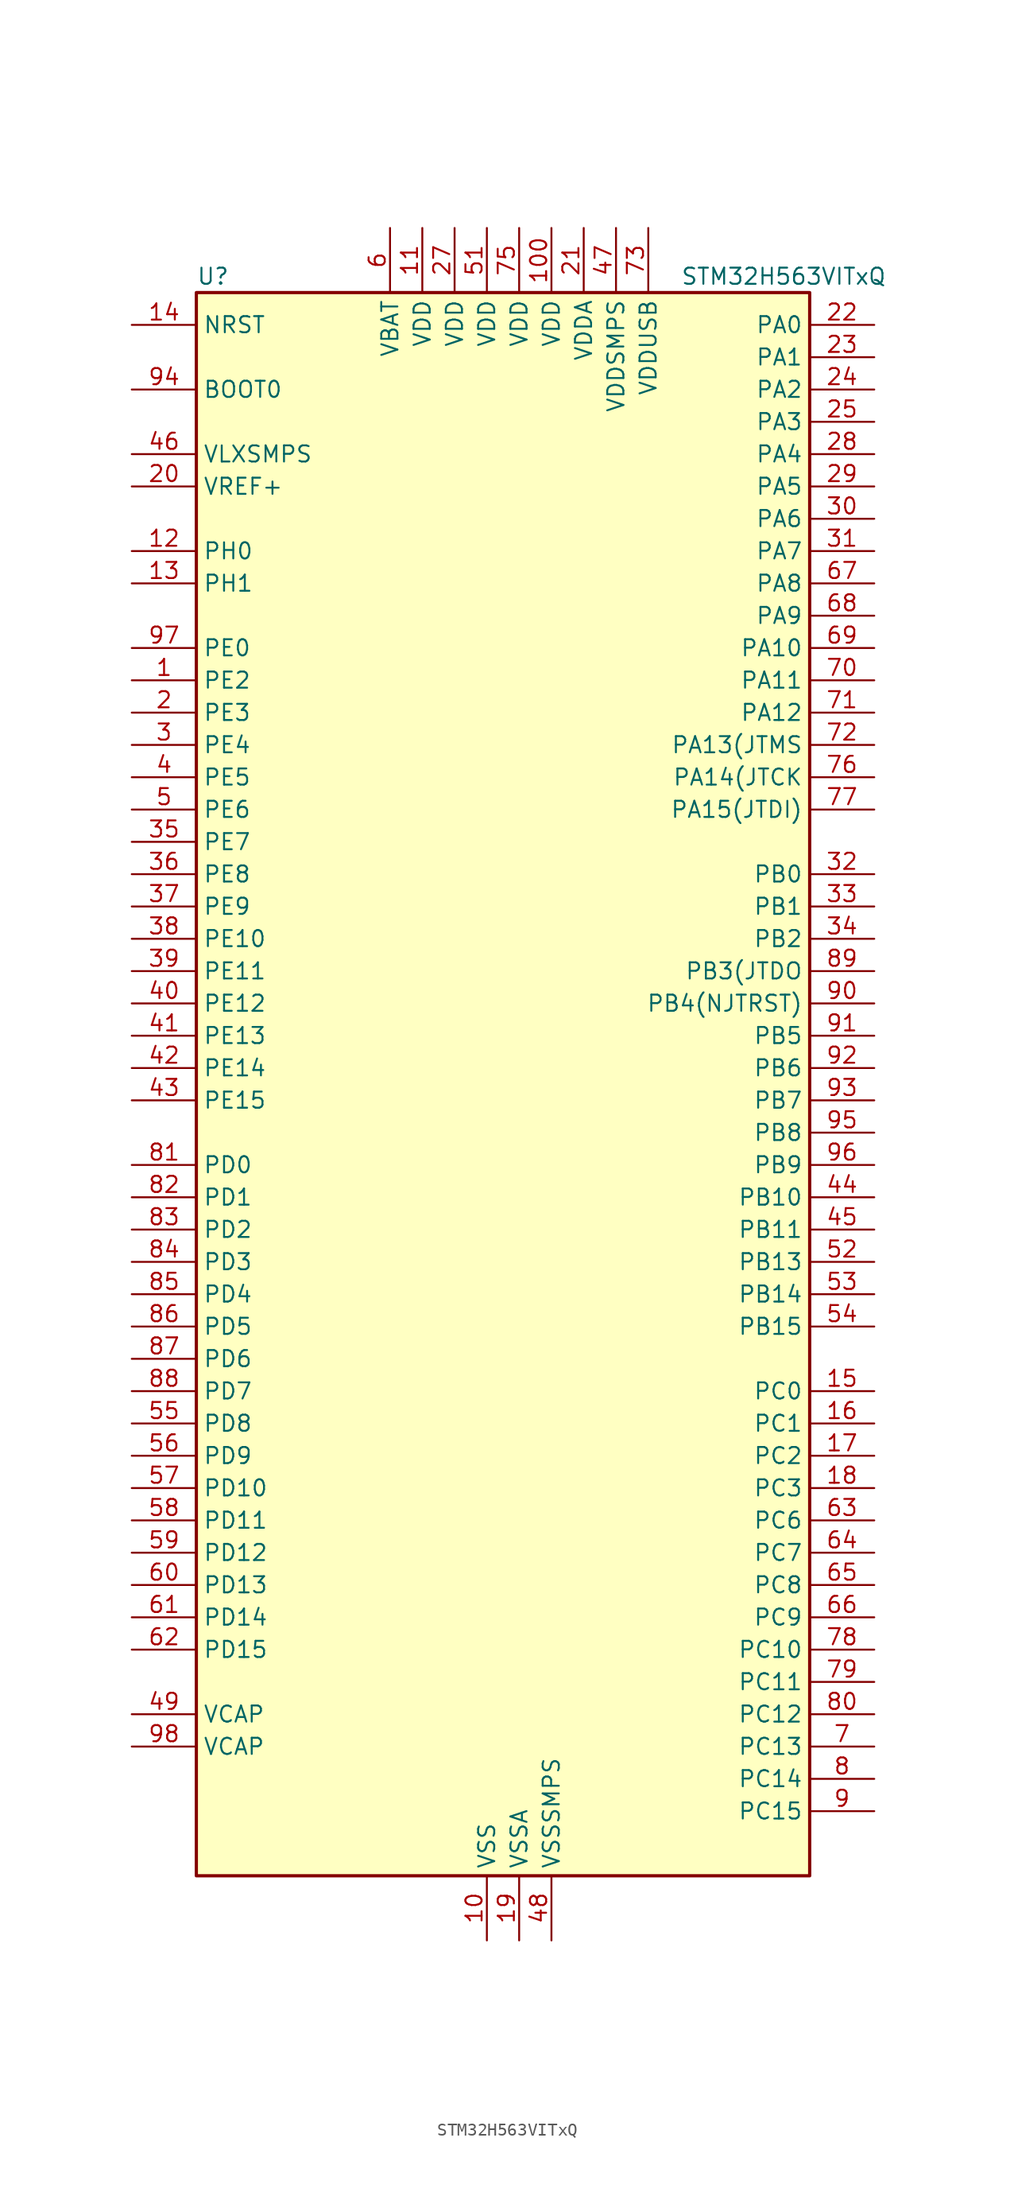
<source format=kicad_sym>
(kicad_symbol_lib
  (version 20231120)
  (generator "kicad-library-utils")
  (generator_version "8.0")
  (symbol "STM32H563VITxQ"
    (property "Reference" "U"
      (at -22.86 64.77 0)
      (effects (font (size 1.27 1.27)) (justify left)))
    (property "Value" "STM32H563VITxQ"
      (at 15.24 64.77 0)
      (effects (font (size 1.27 1.27)) (justify left)))
    (symbol "STM32H563VITxQ_0_1"
      (rectangle (start -22.86 -60.96) (end 25.4 63.5) (stroke (width 0.254) (type default)) (fill (type background))))
    (symbol "STM32H563VITxQ_1_1"
      (pin bidirectional line (at -27.94 33.02 0) (length 5.08) (name "PE2" (effects (font (size 1.27 1.27)))) (number "1" (effects (font (size 1.27 1.27)))) (alternate "DCMI_D3" bidirectional line) (alternate "DEBUG_TRACECLK" bidirectional line) (alternate "ETH_TXD3" bidirectional line) (alternate "FMC_A23" bidirectional line) (alternate "LPTIM1_IN2" bidirectional line) (alternate "OCTOSPI1_IO2" bidirectional line) (alternate "PSSI_D3" bidirectional line) (alternate "SAI1_CK1" bidirectional line) (alternate "SAI1_MCLK_A" bidirectional line) (alternate "SPI4_SCK" bidirectional line) (alternate "UART8_TX" bidirectional line) (alternate "USART10_RX" bidirectional line))
      (pin power_in line (at 0 -66.04 90) (length 5.08) (name "VSS" (effects (font (size 1.27 1.27)))) (number "10" (effects (font (size 1.27 1.27)))))
      (pin power_in line (at 5.08 68.58 270) (length 5.08) (name "VDD" (effects (font (size 1.27 1.27)))) (number "100" (effects (font (size 1.27 1.27)))))
      (pin power_in line (at -5.08 68.58 270) (length 5.08) (name "VDD" (effects (font (size 1.27 1.27)))) (number "11" (effects (font (size 1.27 1.27)))))
      (pin bidirectional line (at -27.94 43.18 0) (length 5.08) (name "PH0" (effects (font (size 1.27 1.27)))) (number "12" (effects (font (size 1.27 1.27)))) (alternate "RCC_OSC_IN" bidirectional line))
      (pin bidirectional line (at -27.94 40.64 0) (length 5.08) (name "PH1" (effects (font (size 1.27 1.27)))) (number "13" (effects (font (size 1.27 1.27)))) (alternate "RCC_OSC_OUT" bidirectional line))
      (pin input line (at -27.94 60.96 0) (length 5.08) (name "NRST" (effects (font (size 1.27 1.27)))) (number "14" (effects (font (size 1.27 1.27)))))
      (pin bidirectional line (at 30.48 -22.86 180) (length 5.08) (name "PC0" (effects (font (size 1.27 1.27)))) (number "15" (effects (font (size 1.27 1.27)))) (alternate "ADC1_INP10" bidirectional line) (alternate "ADC2_INP10" bidirectional line) (alternate "FMC_A25" bidirectional line) (alternate "FMC_SDNWE" bidirectional line) (alternate "OCTOSPI1_IO7" bidirectional line) (alternate "SAI1_MCLK_A" bidirectional line) (alternate "SAI2_FS_B" bidirectional line) (alternate "SPI2_RDY" bidirectional line) (alternate "TIM16_BKIN" bidirectional line))
      (pin bidirectional line (at 30.48 -25.4 180) (length 5.08) (name "PC1" (effects (font (size 1.27 1.27)))) (number "16" (effects (font (size 1.27 1.27)))) (alternate "ADC1_INN10" bidirectional line) (alternate "ADC1_INP11" bidirectional line) (alternate "ADC2_INN10" bidirectional line) (alternate "ADC2_INP11" bidirectional line) (alternate "DEBUG_TRACED0" bidirectional line) (alternate "ETH_MDC" bidirectional line) (alternate "I2S2_SDO" bidirectional line) (alternate "OCTOSPI1_IO4" bidirectional line) (alternate "PWR_WKUP6" bidirectional line) (alternate "SAI1_D1" bidirectional line) (alternate "SAI1_SD_A" bidirectional line) (alternate "SAI2_SD_A" bidirectional line) (alternate "SPI2_MOSI" bidirectional line) (alternate "TAMP_IN3" bidirectional line) (alternate "TAMP_OUT5" bidirectional line) (alternate "USART11_RTS" bidirectional line))
      (pin bidirectional line (at 30.48 -27.94 180) (length 5.08) (name "PC2" (effects (font (size 1.27 1.27)))) (number "17" (effects (font (size 1.27 1.27)))) (alternate "ADC1_INN11" bidirectional line) (alternate "ADC1_INP12" bidirectional line) (alternate "ADC2_INN11" bidirectional line) (alternate "ADC2_INP12" bidirectional line) (alternate "ETH_TXD2" bidirectional line) (alternate "FMC_SDNE0" bidirectional line) (alternate "I2S2_SDI" bidirectional line) (alternate "OCTOSPI1_IO2" bidirectional line) (alternate "OCTOSPI1_IO5" bidirectional line) (alternate "PWR_CSLEEP" bidirectional line) (alternate "SPI2_MISO" bidirectional line) (alternate "TIM17_CH1" bidirectional line) (alternate "TIM4_CH4" bidirectional line))
      (pin bidirectional line (at 30.48 -30.48 180) (length 5.08) (name "PC3" (effects (font (size 1.27 1.27)))) (number "18" (effects (font (size 1.27 1.27)))) (alternate "ADC1_INN12" bidirectional line) (alternate "ADC1_INP13" bidirectional line) (alternate "ADC2_INN12" bidirectional line) (alternate "ADC2_INP13" bidirectional line) (alternate "ETH_TX_CLK" bidirectional line) (alternate "FMC_SDCKE0" bidirectional line) (alternate "I2S2_SDO" bidirectional line) (alternate "LPTIM3_CH1" bidirectional line) (alternate "OCTOSPI1_IO0" bidirectional line) (alternate "OCTOSPI1_IO6" bidirectional line) (alternate "PWR_CSTOP" bidirectional line) (alternate "SAI1_D3" bidirectional line) (alternate "SPI2_MOSI" bidirectional line))
      (pin power_in line (at 2.54 -66.04 90) (length 5.08) (name "VSSA" (effects (font (size 1.27 1.27)))) (number "19" (effects (font (size 1.27 1.27)))))
      (pin bidirectional line (at -27.94 30.48 0) (length 5.08) (name "PE3" (effects (font (size 1.27 1.27)))) (number "2" (effects (font (size 1.27 1.27)))) (alternate "DEBUG_TRACED0" bidirectional line) (alternate "FMC_A19" bidirectional line) (alternate "SAI1_SD_B" bidirectional line) (alternate "TAMP_IN6" bidirectional line) (alternate "TAMP_OUT3" bidirectional line) (alternate "TIM15_BKIN" bidirectional line) (alternate "USART10_TX" bidirectional line))
      (pin input line (at -27.94 48.26 0) (length 5.08) (name "VREF+" (effects (font (size 1.27 1.27)))) (number "20" (effects (font (size 1.27 1.27)))))
      (pin power_in line (at 7.62 68.58 270) (length 5.08) (name "VDDA" (effects (font (size 1.27 1.27)))) (number "21" (effects (font (size 1.27 1.27)))))
      (pin bidirectional line (at 30.48 60.96 180) (length 5.08) (name "PA0" (effects (font (size 1.27 1.27)))) (number "22" (effects (font (size 1.27 1.27)))) (alternate "ADC1_INN1" bidirectional line) (alternate "ADC1_INP0" bidirectional line) (alternate "ADC2_INN1" bidirectional line) (alternate "ADC2_INP0" bidirectional line) (alternate "ETH_CRS" bidirectional line) (alternate "PWR_WKUP1" bidirectional line) (alternate "SAI2_SD_B" bidirectional line) (alternate "SPI3_RDY" bidirectional line) (alternate "SPI6_NSS" bidirectional line) (alternate "TAMP_IN2" bidirectional line) (alternate "TAMP_OUT1" bidirectional line) (alternate "TIM15_BKIN" bidirectional line) (alternate "TIM2_CH1" bidirectional line) (alternate "TIM2_ETR" bidirectional line) (alternate "TIM5_CH1" bidirectional line) (alternate "TIM8_ETR" bidirectional line) (alternate "UART4_TX" bidirectional line) (alternate "USART2_CTS" bidirectional line) (alternate "USART2_NSS" bidirectional line))
      (pin bidirectional line (at 30.48 58.42 180) (length 5.08) (name "PA1" (effects (font (size 1.27 1.27)))) (number "23" (effects (font (size 1.27 1.27)))) (alternate "ADC1_INP1" bidirectional line) (alternate "ADC2_INP1" bidirectional line) (alternate "ETH_REF_CLK" bidirectional line) (alternate "ETH_RX_CLK" bidirectional line) (alternate "LPTIM1_IN1" bidirectional line) (alternate "OCTOSPI1_DQS" bidirectional line) (alternate "OCTOSPI1_IO3" bidirectional line) (alternate "SAI2_MCLK_B" bidirectional line) (alternate "TAMP_IN5" bidirectional line) (alternate "TAMP_OUT4" bidirectional line) (alternate "TIM15_CH1N" bidirectional line) (alternate "TIM2_CH2" bidirectional line) (alternate "TIM5_CH2" bidirectional line) (alternate "UART4_RX" bidirectional line) (alternate "USART2_RTS" bidirectional line))
      (pin bidirectional line (at 30.48 55.88 180) (length 5.08) (name "PA2" (effects (font (size 1.27 1.27)))) (number "24" (effects (font (size 1.27 1.27)))) (alternate "ADC1_INP14" bidirectional line) (alternate "ADC2_INP14" bidirectional line) (alternate "ETH_MDIO" bidirectional line) (alternate "LPTIM1_IN2" bidirectional line) (alternate "PWR_WKUP2" bidirectional line) (alternate "SAI2_SCK_B" bidirectional line) (alternate "TAMP_IN4" bidirectional line) (alternate "TAMP_OUT3" bidirectional line) (alternate "TIM15_CH1" bidirectional line) (alternate "TIM2_CH3" bidirectional line) (alternate "TIM5_CH3" bidirectional line) (alternate "USART2_TX" bidirectional line))
      (pin bidirectional line (at 30.48 53.34 180) (length 5.08) (name "PA3" (effects (font (size 1.27 1.27)))) (number "25" (effects (font (size 1.27 1.27)))) (alternate "ADC1_INP15" bidirectional line) (alternate "ADC2_INP15" bidirectional line) (alternate "ETH_COL" bidirectional line) (alternate "I2S2_WS" bidirectional line) (alternate "OCTOSPI1_CLK" bidirectional line) (alternate "SAI1_SD_B" bidirectional line) (alternate "SPI2_NSS" bidirectional line) (alternate "TIM15_CH2" bidirectional line) (alternate "TIM2_CH4" bidirectional line) (alternate "TIM5_CH4" bidirectional line) (alternate "USART2_RX" bidirectional line))
      (pin passive line (at 0 -66.04 90) (length 5.08) hide (name "VSS" (effects (font (size 1.27 1.27)))) (number "26" (effects (font (size 1.27 1.27)))))
      (pin power_in line (at -2.54 68.58 270) (length 5.08) (name "VDD" (effects (font (size 1.27 1.27)))) (number "27" (effects (font (size 1.27 1.27)))))
      (pin bidirectional line (at 30.48 50.8 180) (length 5.08) (name "PA4" (effects (font (size 1.27 1.27)))) (number "28" (effects (font (size 1.27 1.27)))) (alternate "ADC1_INP18" bidirectional line) (alternate "ADC2_INP18" bidirectional line) (alternate "DAC1_OUT1" bidirectional line) (alternate "DCMI_HSYNC" bidirectional line) (alternate "I2S1_WS" bidirectional line) (alternate "I2S3_WS" bidirectional line) (alternate "LPTIM2_CH1" bidirectional line) (alternate "PSSI_DE" bidirectional line) (alternate "SPI1_NSS" bidirectional line) (alternate "SPI3_NSS" bidirectional line) (alternate "SPI6_NSS" bidirectional line) (alternate "TIM5_ETR" bidirectional line) (alternate "USART2_CK" bidirectional line))
      (pin bidirectional line (at 30.48 48.26 180) (length 5.08) (name "PA5" (effects (font (size 1.27 1.27)))) (number "29" (effects (font (size 1.27 1.27)))) (alternate "ADC1_INN18" bidirectional line) (alternate "ADC1_INP19" bidirectional line) (alternate "ADC2_INN18" bidirectional line) (alternate "ADC2_INP19" bidirectional line) (alternate "DAC1_OUT2" bidirectional line) (alternate "ETH_TX_EN" bidirectional line) (alternate "I2S1_CK" bidirectional line) (alternate "PSSI_D14" bidirectional line) (alternate "SPI1_SCK" bidirectional line) (alternate "SPI6_SCK" bidirectional line) (alternate "TIM2_CH1" bidirectional line) (alternate "TIM2_ETR" bidirectional line) (alternate "TIM8_CH1N" bidirectional line))
      (pin bidirectional line (at -27.94 27.94 0) (length 5.08) (name "PE4" (effects (font (size 1.27 1.27)))) (number "3" (effects (font (size 1.27 1.27)))) (alternate "DCMI_D4" bidirectional line) (alternate "DEBUG_TRACED1" bidirectional line) (alternate "FMC_A20" bidirectional line) (alternate "PSSI_D4" bidirectional line) (alternate "SAI1_D2" bidirectional line) (alternate "SAI1_FS_A" bidirectional line) (alternate "SPI4_NSS" bidirectional line) (alternate "TAMP_IN7" bidirectional line) (alternate "TAMP_OUT8" bidirectional line) (alternate "TIM15_CH1N" bidirectional line))
      (pin bidirectional line (at 30.48 45.72 180) (length 5.08) (name "PA6" (effects (font (size 1.27 1.27)))) (number "30" (effects (font (size 1.27 1.27)))) (alternate "ADC1_INP3" bidirectional line) (alternate "ADC2_INP3" bidirectional line) (alternate "DCMI_PIXCLK" bidirectional line) (alternate "I2S1_SDI" bidirectional line) (alternate "OCTOSPI1_IO3" bidirectional line) (alternate "PSSI_PDCK" bidirectional line) (alternate "SPI1_MISO" bidirectional line) (alternate "SPI6_MISO" bidirectional line) (alternate "TIM13_CH1" bidirectional line) (alternate "TIM1_BKIN" bidirectional line) (alternate "TIM3_CH1" bidirectional line) (alternate "TIM8_BKIN" bidirectional line) (alternate "USART11_TX" bidirectional line))
      (pin bidirectional line (at 30.48 43.18 180) (length 5.08) (name "PA7" (effects (font (size 1.27 1.27)))) (number "31" (effects (font (size 1.27 1.27)))) (alternate "ADC1_INN3" bidirectional line) (alternate "ADC1_INP7" bidirectional line) (alternate "ADC2_INN3" bidirectional line) (alternate "ADC2_INP7" bidirectional line) (alternate "ETH_CRS_DV" bidirectional line) (alternate "ETH_RX_DV" bidirectional line) (alternate "FMC_NWE" bidirectional line) (alternate "FMC_SDNWE" bidirectional line) (alternate "I2S1_SDO" bidirectional line) (alternate "OCTOSPI1_IO2" bidirectional line) (alternate "SPI1_MOSI" bidirectional line) (alternate "SPI6_MOSI" bidirectional line) (alternate "TIM14_CH1" bidirectional line) (alternate "TIM1_CH1N" bidirectional line) (alternate "TIM3_CH2" bidirectional line) (alternate "TIM8_CH1N" bidirectional line) (alternate "USART11_RX" bidirectional line))
      (pin bidirectional line (at 30.48 17.78 180) (length 5.08) (name "PB0" (effects (font (size 1.27 1.27)))) (number "32" (effects (font (size 1.27 1.27)))) (alternate "ADC1_INN5" bidirectional line) (alternate "ADC1_INP9" bidirectional line) (alternate "ADC2_INN5" bidirectional line) (alternate "ADC2_INP9" bidirectional line) (alternate "ETH_RXD2" bidirectional line) (alternate "LPTIM3_CH1" bidirectional line) (alternate "OCTOSPI1_IO1" bidirectional line) (alternate "TIM1_CH2N" bidirectional line) (alternate "TIM3_CH3" bidirectional line) (alternate "TIM8_CH2N" bidirectional line) (alternate "UART4_CTS" bidirectional line) (alternate "USART11_CK" bidirectional line))
      (pin bidirectional line (at 30.48 15.24 180) (length 5.08) (name "PB1" (effects (font (size 1.27 1.27)))) (number "33" (effects (font (size 1.27 1.27)))) (alternate "ADC1_INP5" bidirectional line) (alternate "ADC2_INP5" bidirectional line) (alternate "ETH_RXD3" bidirectional line) (alternate "LPTIM3_CH2" bidirectional line) (alternate "OCTOSPI1_IO0" bidirectional line) (alternate "TIM1_CH3N" bidirectional line) (alternate "TIM3_CH4" bidirectional line) (alternate "TIM8_CH3N" bidirectional line))
      (pin bidirectional line (at 30.48 12.7 180) (length 5.08) (name "PB2" (effects (font (size 1.27 1.27)))) (number "34" (effects (font (size 1.27 1.27)))) (alternate "I2S3_SDO" bidirectional line) (alternate "LPTIM1_CH1" bidirectional line) (alternate "LPTIM5_ETR" bidirectional line) (alternate "OCTOSPI1_CLK" bidirectional line) (alternate "OCTOSPI1_DQS" bidirectional line) (alternate "RCC_LSCO" bidirectional line) (alternate "RTC_OUT2" bidirectional line) (alternate "SAI1_D1" bidirectional line) (alternate "SAI1_SD_A" bidirectional line) (alternate "SDMMC1_CMD" bidirectional line) (alternate "SPI1_RDY" bidirectional line) (alternate "SPI3_MOSI" bidirectional line) (alternate "TIM8_CH4N" bidirectional line))
      (pin bidirectional line (at -27.94 20.32 0) (length 5.08) (name "PE7" (effects (font (size 1.27 1.27)))) (number "35" (effects (font (size 1.27 1.27)))) (alternate "FMC_D4" bidirectional line) (alternate "FMC_DA4" bidirectional line) (alternate "OCTOSPI1_IO4" bidirectional line) (alternate "TIM1_ETR" bidirectional line) (alternate "UART12_RTS" bidirectional line) (alternate "UART7_RX" bidirectional line))
      (pin bidirectional line (at -27.94 17.78 0) (length 5.08) (name "PE8" (effects (font (size 1.27 1.27)))) (number "36" (effects (font (size 1.27 1.27)))) (alternate "FMC_D5" bidirectional line) (alternate "FMC_DA5" bidirectional line) (alternate "OCTOSPI1_IO5" bidirectional line) (alternate "TIM1_CH1N" bidirectional line) (alternate "UART12_CTS" bidirectional line) (alternate "UART7_TX" bidirectional line))
      (pin bidirectional line (at -27.94 15.24 0) (length 5.08) (name "PE9" (effects (font (size 1.27 1.27)))) (number "37" (effects (font (size 1.27 1.27)))) (alternate "DAC1_EXTI9" bidirectional line) (alternate "FMC_D6" bidirectional line) (alternate "FMC_DA6" bidirectional line) (alternate "OCTOSPI1_IO6" bidirectional line) (alternate "TIM1_CH1" bidirectional line) (alternate "UART12_RX" bidirectional line) (alternate "UART7_RTS" bidirectional line))
      (pin bidirectional line (at -27.94 12.7 0) (length 5.08) (name "PE10" (effects (font (size 1.27 1.27)))) (number "38" (effects (font (size 1.27 1.27)))) (alternate "FMC_D7" bidirectional line) (alternate "FMC_DA7" bidirectional line) (alternate "OCTOSPI1_IO7" bidirectional line) (alternate "TIM1_CH2N" bidirectional line) (alternate "UART12_TX" bidirectional line) (alternate "UART7_CTS" bidirectional line))
      (pin bidirectional line (at -27.94 10.16 0) (length 5.08) (name "PE11" (effects (font (size 1.27 1.27)))) (number "39" (effects (font (size 1.27 1.27)))) (alternate "ADC1_EXTI11" bidirectional line) (alternate "ADC2_EXTI11" bidirectional line) (alternate "FMC_D8" bidirectional line) (alternate "FMC_DA8" bidirectional line) (alternate "OCTOSPI1_NCS" bidirectional line) (alternate "SAI2_SD_B" bidirectional line) (alternate "SPI1_RDY" bidirectional line) (alternate "SPI4_NSS" bidirectional line) (alternate "TIM1_CH2" bidirectional line))
      (pin bidirectional line (at -27.94 25.4 0) (length 5.08) (name "PE5" (effects (font (size 1.27 1.27)))) (number "4" (effects (font (size 1.27 1.27)))) (alternate "DCMI_D6" bidirectional line) (alternate "DEBUG_TRACED2" bidirectional line) (alternate "FMC_A21" bidirectional line) (alternate "PSSI_D6" bidirectional line) (alternate "SAI1_CK2" bidirectional line) (alternate "SAI1_SCK_A" bidirectional line) (alternate "SPI4_MISO" bidirectional line) (alternate "TAMP_IN8" bidirectional line) (alternate "TAMP_OUT7" bidirectional line) (alternate "TIM15_CH1" bidirectional line))
      (pin bidirectional line (at -27.94 7.62 0) (length 5.08) (name "PE12" (effects (font (size 1.27 1.27)))) (number "40" (effects (font (size 1.27 1.27)))) (alternate "FMC_D9" bidirectional line) (alternate "FMC_DA9" bidirectional line) (alternate "SAI2_SCK_B" bidirectional line) (alternate "SPI4_SCK" bidirectional line) (alternate "TIM1_CH3N" bidirectional line))
      (pin bidirectional line (at -27.94 5.08 0) (length 5.08) (name "PE13" (effects (font (size 1.27 1.27)))) (number "41" (effects (font (size 1.27 1.27)))) (alternate "FMC_D10" bidirectional line) (alternate "FMC_DA10" bidirectional line) (alternate "SAI2_FS_B" bidirectional line) (alternate "SPI4_MISO" bidirectional line) (alternate "TIM1_CH3" bidirectional line))
      (pin bidirectional line (at -27.94 2.54 0) (length 5.08) (name "PE14" (effects (font (size 1.27 1.27)))) (number "42" (effects (font (size 1.27 1.27)))) (alternate "FMC_D11" bidirectional line) (alternate "FMC_DA11" bidirectional line) (alternate "SAI2_MCLK_B" bidirectional line) (alternate "SPI4_MOSI" bidirectional line) (alternate "TIM1_CH4" bidirectional line))
      (pin bidirectional line (at -27.94 0 0) (length 5.08) (name "PE15" (effects (font (size 1.27 1.27)))) (number "43" (effects (font (size 1.27 1.27)))) (alternate "ADC1_EXTI15" bidirectional line) (alternate "ADC2_EXTI15" bidirectional line) (alternate "FMC_D12" bidirectional line) (alternate "FMC_DA12" bidirectional line) (alternate "TIM1_BKIN" bidirectional line) (alternate "TIM1_CH4N" bidirectional line) (alternate "USART10_CK" bidirectional line))
      (pin bidirectional line (at 30.48 -7.62 180) (length 5.08) (name "PB10" (effects (font (size 1.27 1.27)))) (number "44" (effects (font (size 1.27 1.27)))) (alternate "ETH_RX_ER" bidirectional line) (alternate "I2C2_SCL" bidirectional line) (alternate "I2S2_CK" bidirectional line) (alternate "LPTIM2_IN1" bidirectional line) (alternate "LPTIM3_CH1" bidirectional line) (alternate "OCTOSPI1_NCS" bidirectional line) (alternate "SPI2_SCK" bidirectional line) (alternate "TIM2_CH3" bidirectional line) (alternate "USART3_TX" bidirectional line))
      (pin bidirectional line (at 30.48 -10.16 180) (length 5.08) (name "PB11" (effects (font (size 1.27 1.27)))) (number "45" (effects (font (size 1.27 1.27)))) (alternate "ADC1_EXTI11" bidirectional line) (alternate "ADC2_EXTI11" bidirectional line) (alternate "ETH_TX_EN" bidirectional line) (alternate "FMC_NBL1" bidirectional line) (alternate "I2C2_SDA" bidirectional line) (alternate "LPTIM2_ETR" bidirectional line) (alternate "SPI2_RDY" bidirectional line) (alternate "SPI4_RDY" bidirectional line) (alternate "TIM2_CH4" bidirectional line) (alternate "USART3_RX" bidirectional line))
      (pin power_in line (at -27.94 50.8 0) (length 5.08) (name "VLXSMPS" (effects (font (size 1.27 1.27)))) (number "46" (effects (font (size 1.27 1.27)))))
      (pin power_in line (at 10.16 68.58 270) (length 5.08) (name "VDDSMPS" (effects (font (size 1.27 1.27)))) (number "47" (effects (font (size 1.27 1.27)))))
      (pin power_in line (at 5.08 -66.04 90) (length 5.08) (name "VSSSMPS" (effects (font (size 1.27 1.27)))) (number "48" (effects (font (size 1.27 1.27)))))
      (pin power_out line (at -27.94 -48.26 0) (length 5.08) (name "VCAP" (effects (font (size 1.27 1.27)))) (number "49" (effects (font (size 1.27 1.27)))))
      (pin bidirectional line (at -27.94 22.86 0) (length 5.08) (name "PE6" (effects (font (size 1.27 1.27)))) (number "5" (effects (font (size 1.27 1.27)))) (alternate "DCMI_D7" bidirectional line) (alternate "DEBUG_TRACED3" bidirectional line) (alternate "FMC_A22" bidirectional line) (alternate "PSSI_D7" bidirectional line) (alternate "SAI1_D1" bidirectional line) (alternate "SAI1_SD_A" bidirectional line) (alternate "SAI2_MCLK_B" bidirectional line) (alternate "SPI4_MOSI" bidirectional line) (alternate "TAMP_IN3" bidirectional line) (alternate "TAMP_OUT6" bidirectional line) (alternate "TIM15_CH2" bidirectional line) (alternate "TIM1_BKIN2" bidirectional line))
      (pin passive line (at 0 -66.04 90) (length 5.08) hide (name "VSS" (effects (font (size 1.27 1.27)))) (number "50" (effects (font (size 1.27 1.27)))))
      (pin power_in line (at 0 68.58 270) (length 5.08) (name "VDD" (effects (font (size 1.27 1.27)))) (number "51" (effects (font (size 1.27 1.27)))))
      (pin bidirectional line (at 30.48 -12.7 180) (length 5.08) (name "PB13" (effects (font (size 1.27 1.27)))) (number "52" (effects (font (size 1.27 1.27)))) (alternate "FDCAN2_TX" bidirectional line) (alternate "I2C2_SMBA" bidirectional line) (alternate "I2S2_CK" bidirectional line) (alternate "LPTIM2_CH1" bidirectional line) (alternate "LPTIM3_IN1" bidirectional line) (alternate "SDMMC1_D0" bidirectional line) (alternate "SPI2_SCK" bidirectional line) (alternate "TIM1_CH1N" bidirectional line) (alternate "UART5_TX" bidirectional line) (alternate "UCPD1_CC1" bidirectional line) (alternate "USART3_CTS" bidirectional line) (alternate "USART3_NSS" bidirectional line))
      (pin bidirectional line (at 30.48 -15.24 180) (length 5.08) (name "PB14" (effects (font (size 1.27 1.27)))) (number "53" (effects (font (size 1.27 1.27)))) (alternate "I2S2_SDI" bidirectional line) (alternate "LPTIM3_ETR" bidirectional line) (alternate "SPI2_MISO" bidirectional line) (alternate "TIM12_CH1" bidirectional line) (alternate "TIM1_CH2N" bidirectional line) (alternate "TIM8_CH2N" bidirectional line) (alternate "UART4_DE" bidirectional line) (alternate "UART4_RTS" bidirectional line) (alternate "UCPD1_CC2" bidirectional line) (alternate "USART1_TX" bidirectional line) (alternate "USART3_RTS" bidirectional line))
      (pin bidirectional line (at 30.48 -17.78 180) (length 5.08) (name "PB15" (effects (font (size 1.27 1.27)))) (number "54" (effects (font (size 1.27 1.27)))) (alternate "ADC1_EXTI15" bidirectional line) (alternate "ADC2_EXTI15" bidirectional line) (alternate "DCMI_D2" bidirectional line) (alternate "ETH_TXD1" bidirectional line) (alternate "I2S2_SDO" bidirectional line) (alternate "OCTOSPI1_CLK" bidirectional line) (alternate "PSSI_D2" bidirectional line) (alternate "PWR_PVD_IN" bidirectional line) (alternate "RTC_REFIN" bidirectional line) (alternate "SPI2_MOSI" bidirectional line) (alternate "TIM12_CH2" bidirectional line) (alternate "TIM1_CH3N" bidirectional line) (alternate "TIM8_CH3N" bidirectional line) (alternate "UART4_CTS" bidirectional line) (alternate "UART5_RX" bidirectional line) (alternate "USART11_CTS" bidirectional line) (alternate "USART11_NSS" bidirectional line) (alternate "USART1_RX" bidirectional line))
      (pin bidirectional line (at -27.94 -25.4 0) (length 5.08) (name "PD8" (effects (font (size 1.27 1.27)))) (number "55" (effects (font (size 1.27 1.27)))) (alternate "FMC_D13" bidirectional line) (alternate "FMC_DA13" bidirectional line) (alternate "USART3_TX" bidirectional line))
      (pin bidirectional line (at -27.94 -27.94 0) (length 5.08) (name "PD9" (effects (font (size 1.27 1.27)))) (number "56" (effects (font (size 1.27 1.27)))) (alternate "DAC1_EXTI9" bidirectional line) (alternate "FDCAN2_RX" bidirectional line) (alternate "FMC_D14" bidirectional line) (alternate "FMC_DA14" bidirectional line) (alternate "USART3_RX" bidirectional line))
      (pin bidirectional line (at -27.94 -30.48 0) (length 5.08) (name "PD10" (effects (font (size 1.27 1.27)))) (number "57" (effects (font (size 1.27 1.27)))) (alternate "FMC_D15" bidirectional line) (alternate "FMC_DA15" bidirectional line) (alternate "LPTIM2_CH2" bidirectional line) (alternate "USART3_CK" bidirectional line))
      (pin bidirectional line (at -27.94 -33.02 0) (length 5.08) (name "PD11" (effects (font (size 1.27 1.27)))) (number "58" (effects (font (size 1.27 1.27)))) (alternate "ADC1_EXTI11" bidirectional line) (alternate "ADC2_EXTI11" bidirectional line) (alternate "FMC_A16" bidirectional line) (alternate "FMC_CLE" bidirectional line) (alternate "I2C4_SMBA" bidirectional line) (alternate "LPTIM2_IN2" bidirectional line) (alternate "OCTOSPI1_IO0" bidirectional line) (alternate "SAI1_CK1" bidirectional line) (alternate "SAI2_SD_A" bidirectional line) (alternate "UART4_RX" bidirectional line) (alternate "USART3_CTS" bidirectional line) (alternate "USART3_NSS" bidirectional line))
      (pin bidirectional line (at -27.94 -35.56 0) (length 5.08) (name "PD12" (effects (font (size 1.27 1.27)))) (number "59" (effects (font (size 1.27 1.27)))) (alternate "DCMI_D12" bidirectional line) (alternate "FMC_A17" bidirectional line) (alternate "FMC_ALE" bidirectional line) (alternate "I2C4_SCL" bidirectional line) (alternate "I3C1_SCL" bidirectional line) (alternate "LPTIM1_IN1" bidirectional line) (alternate "LPTIM2_IN1" bidirectional line) (alternate "OCTOSPI1_IO1" bidirectional line) (alternate "PSSI_D12" bidirectional line) (alternate "SAI1_D1" bidirectional line) (alternate "SAI2_FS_A" bidirectional line) (alternate "TIM4_CH1" bidirectional line) (alternate "UART4_TX" bidirectional line) (alternate "USART3_RTS" bidirectional line))
      (pin power_in line (at -7.62 68.58 270) (length 5.08) (name "VBAT" (effects (font (size 1.27 1.27)))) (number "6" (effects (font (size 1.27 1.27)))))
      (pin bidirectional line (at -27.94 -38.1 0) (length 5.08) (name "PD13" (effects (font (size 1.27 1.27)))) (number "60" (effects (font (size 1.27 1.27)))) (alternate "DCMI_D13" bidirectional line) (alternate "FMC_A18" bidirectional line) (alternate "I2C4_SDA" bidirectional line) (alternate "I3C1_SDA" bidirectional line) (alternate "LPTIM1_CH1" bidirectional line) (alternate "LPTIM2_CH1" bidirectional line) (alternate "LPTIM4_IN1" bidirectional line) (alternate "OCTOSPI1_IO3" bidirectional line) (alternate "PSSI_D13" bidirectional line) (alternate "SAI2_SCK_A" bidirectional line) (alternate "TIM4_CH2" bidirectional line) (alternate "UART9_RTS" bidirectional line))
      (pin bidirectional line (at -27.94 -40.64 0) (length 5.08) (name "PD14" (effects (font (size 1.27 1.27)))) (number "61" (effects (font (size 1.27 1.27)))) (alternate "FMC_D0" bidirectional line) (alternate "FMC_DA0" bidirectional line) (alternate "TIM4_CH3" bidirectional line) (alternate "UART8_CTS" bidirectional line) (alternate "UART9_RX" bidirectional line))
      (pin bidirectional line (at -27.94 -43.18 0) (length 5.08) (name "PD15" (effects (font (size 1.27 1.27)))) (number "62" (effects (font (size 1.27 1.27)))) (alternate "ADC1_EXTI15" bidirectional line) (alternate "ADC2_EXTI15" bidirectional line) (alternate "FMC_D1" bidirectional line) (alternate "FMC_DA1" bidirectional line) (alternate "TIM4_CH4" bidirectional line) (alternate "UART8_RTS" bidirectional line) (alternate "UART9_TX" bidirectional line))
      (pin bidirectional line (at 30.48 -33.02 180) (length 5.08) (name "PC6" (effects (font (size 1.27 1.27)))) (number "63" (effects (font (size 1.27 1.27)))) (alternate "DCMI_D0" bidirectional line) (alternate "FMC_NWAIT" bidirectional line) (alternate "I2S2_MCK" bidirectional line) (alternate "OCTOSPI1_IO5" bidirectional line) (alternate "PSSI_D0" bidirectional line) (alternate "SAI1_SCK_A" bidirectional line) (alternate "SDMMC1_D0DIR" bidirectional line) (alternate "SDMMC1_D6" bidirectional line) (alternate "TIM3_CH1" bidirectional line) (alternate "TIM8_CH1" bidirectional line) (alternate "USART6_TX" bidirectional line))
      (pin bidirectional line (at 30.48 -35.56 180) (length 5.08) (name "PC7" (effects (font (size 1.27 1.27)))) (number "64" (effects (font (size 1.27 1.27)))) (alternate "DCMI_D1" bidirectional line) (alternate "DEBUG_TRGIO" bidirectional line) (alternate "FMC_NE1" bidirectional line) (alternate "I2S3_MCK" bidirectional line) (alternate "OCTOSPI1_IO6" bidirectional line) (alternate "PSSI_D1" bidirectional line) (alternate "SDMMC1_D123DIR" bidirectional line) (alternate "SDMMC1_D7" bidirectional line) (alternate "TIM3_CH2" bidirectional line) (alternate "TIM8_CH2" bidirectional line) (alternate "USART6_RX" bidirectional line))
      (pin bidirectional line (at 30.48 -38.1 180) (length 5.08) (name "PC8" (effects (font (size 1.27 1.27)))) (number "65" (effects (font (size 1.27 1.27)))) (alternate "DCMI_D2" bidirectional line) (alternate "DEBUG_TRACED1" bidirectional line) (alternate "FMC_ALE" bidirectional line) (alternate "FMC_INT" bidirectional line) (alternate "FMC_NCE" bidirectional line) (alternate "FMC_NE2" bidirectional line) (alternate "PSSI_D2" bidirectional line) (alternate "SDMMC1_D0" bidirectional line) (alternate "TIM3_CH3" bidirectional line) (alternate "TIM8_CH3" bidirectional line) (alternate "UART5_DE" bidirectional line) (alternate "UART5_RTS" bidirectional line) (alternate "USART6_CK" bidirectional line))
      (pin bidirectional line (at 30.48 -40.64 180) (length 5.08) (name "PC9" (effects (font (size 1.27 1.27)))) (number "66" (effects (font (size 1.27 1.27)))) (alternate "AUDIOCLK" bidirectional line) (alternate "DAC1_EXTI9" bidirectional line) (alternate "DCMI_D3" bidirectional line) (alternate "FMC_CLE" bidirectional line) (alternate "I2C3_SDA" bidirectional line) (alternate "OCTOSPI1_IO0" bidirectional line) (alternate "PSSI_D3" bidirectional line) (alternate "RCC_MCO_2" bidirectional line) (alternate "SDMMC1_D1" bidirectional line) (alternate "TIM3_CH4" bidirectional line) (alternate "TIM8_CH4" bidirectional line) (alternate "UART5_CTS" bidirectional line) (alternate "UCPD1_DB2" bidirectional line))
      (pin bidirectional line (at 30.48 40.64 180) (length 5.08) (name "PA8" (effects (font (size 1.27 1.27)))) (number "67" (effects (font (size 1.27 1.27)))) (alternate "DCMI_D3" bidirectional line) (alternate "FMC_NOE" bidirectional line) (alternate "I2C3_SCL" bidirectional line) (alternate "PSSI_D3" bidirectional line) (alternate "RCC_MCO_1" bidirectional line) (alternate "SPI1_RDY" bidirectional line) (alternate "TIM1_CH1" bidirectional line) (alternate "TIM8_BKIN2" bidirectional line) (alternate "UART7_RX" bidirectional line) (alternate "USART1_CK" bidirectional line) (alternate "USB_SOF" bidirectional line))
      (pin bidirectional line (at 30.48 38.1 180) (length 5.08) (name "PA9" (effects (font (size 1.27 1.27)))) (number "68" (effects (font (size 1.27 1.27)))) (alternate "DAC1_EXTI9" bidirectional line) (alternate "DCMI_D0" bidirectional line) (alternate "ETH_TX_ER" bidirectional line) (alternate "FMC_NWE" bidirectional line) (alternate "I2C3_SMBA" bidirectional line) (alternate "I2S2_CK" bidirectional line) (alternate "LPUART1_TX" bidirectional line) (alternate "PSSI_D0" bidirectional line) (alternate "SPI2_SCK" bidirectional line) (alternate "TIM1_CH2" bidirectional line) (alternate "UCPD1_DB1" bidirectional line) (alternate "USART1_TX" bidirectional line))
      (pin bidirectional line (at 30.48 35.56 180) (length 5.08) (name "PA10" (effects (font (size 1.27 1.27)))) (number "69" (effects (font (size 1.27 1.27)))) (alternate "DCMI_D1" bidirectional line) (alternate "FDCAN2_TX" bidirectional line) (alternate "LPTIM2_IN2" bidirectional line) (alternate "LPUART1_RX" bidirectional line) (alternate "PSSI_D1" bidirectional line) (alternate "SDMMC1_D0" bidirectional line) (alternate "TIM1_CH3" bidirectional line) (alternate "UCPD1_FRSTX" bidirectional line) (alternate "USART1_RX" bidirectional line))
      (pin bidirectional line (at 30.48 -50.8 180) (length 5.08) (name "PC13" (effects (font (size 1.27 1.27)))) (number "7" (effects (font (size 1.27 1.27)))) (alternate "PWR_WKUP4" bidirectional line) (alternate "RTC_OUT1" bidirectional line) (alternate "RTC_TS" bidirectional line) (alternate "TAMP_IN1" bidirectional line) (alternate "TAMP_OUT2" bidirectional line) (alternate "TAMP_OUT3" bidirectional line))
      (pin bidirectional line (at 30.48 33.02 180) (length 5.08) (name "PA11" (effects (font (size 1.27 1.27)))) (number "70" (effects (font (size 1.27 1.27)))) (alternate "ADC1_EXTI11" bidirectional line) (alternate "ADC2_EXTI11" bidirectional line) (alternate "FDCAN1_RX" bidirectional line) (alternate "I2S2_WS" bidirectional line) (alternate "LPUART1_CTS" bidirectional line) (alternate "SPI2_NSS" bidirectional line) (alternate "TIM1_CH4" bidirectional line) (alternate "UART4_RX" bidirectional line) (alternate "USART1_CTS" bidirectional line) (alternate "USART1_NSS" bidirectional line) (alternate "USB_DM" bidirectional line))
      (pin bidirectional line (at 30.48 30.48 180) (length 5.08) (name "PA12" (effects (font (size 1.27 1.27)))) (number "71" (effects (font (size 1.27 1.27)))) (alternate "FDCAN1_TX" bidirectional line) (alternate "I2S2_CK" bidirectional line) (alternate "LPUART1_RTS" bidirectional line) (alternate "SAI2_FS_B" bidirectional line) (alternate "SPI2_SCK" bidirectional line) (alternate "TIM1_ETR" bidirectional line) (alternate "UART4_TX" bidirectional line) (alternate "USART1_RTS" bidirectional line) (alternate "USB_DP" bidirectional line))
      (pin bidirectional line (at 30.48 27.94 180) (length 5.08) (name "PA13(JTMS" (effects (font (size 1.27 1.27)))) (number "72" (effects (font (size 1.27 1.27)))) (alternate "DEBUG_JTMS-SWDIO" bidirectional line))
      (pin power_in line (at 12.7 68.58 270) (length 5.08) (name "VDDUSB" (effects (font (size 1.27 1.27)))) (number "73" (effects (font (size 1.27 1.27)))))
      (pin passive line (at 0 -66.04 90) (length 5.08) hide (name "VSS" (effects (font (size 1.27 1.27)))) (number "74" (effects (font (size 1.27 1.27)))))
      (pin power_in line (at 2.54 68.58 270) (length 5.08) (name "VDD" (effects (font (size 1.27 1.27)))) (number "75" (effects (font (size 1.27 1.27)))))
      (pin bidirectional line (at 30.48 25.4 180) (length 5.08) (name "PA14(JTCK" (effects (font (size 1.27 1.27)))) (number "76" (effects (font (size 1.27 1.27)))) (alternate "DEBUG_JTCK-SWCLK" bidirectional line))
      (pin bidirectional line (at 30.48 22.86 180) (length 5.08) (name "PA15(JTDI)" (effects (font (size 1.27 1.27)))) (number "77" (effects (font (size 1.27 1.27)))) (alternate "ADC1_EXTI15" bidirectional line) (alternate "ADC2_EXTI15" bidirectional line) (alternate "CEC" bidirectional line) (alternate "DCMI_D11" bidirectional line) (alternate "DEBUG_JTDI" bidirectional line) (alternate "FMC_NBL1" bidirectional line) (alternate "I2S1_WS" bidirectional line) (alternate "I2S3_WS" bidirectional line) (alternate "LPTIM3_IN2" bidirectional line) (alternate "PSSI_D11" bidirectional line) (alternate "SPI1_NSS" bidirectional line) (alternate "SPI3_NSS" bidirectional line) (alternate "SPI6_NSS" bidirectional line) (alternate "TIM2_CH1" bidirectional line) (alternate "TIM2_ETR" bidirectional line) (alternate "UART4_DE" bidirectional line) (alternate "UART4_RTS" bidirectional line) (alternate "UART7_TX" bidirectional line))
      (pin bidirectional line (at 30.48 -43.18 180) (length 5.08) (name "PC10" (effects (font (size 1.27 1.27)))) (number "78" (effects (font (size 1.27 1.27)))) (alternate "DCMI_D8" bidirectional line) (alternate "ETH_TXD0" bidirectional line) (alternate "I2S3_CK" bidirectional line) (alternate "LPTIM3_ETR" bidirectional line) (alternate "OCTOSPI1_IO1" bidirectional line) (alternate "PSSI_D8" bidirectional line) (alternate "SDMMC1_D2" bidirectional line) (alternate "SPI3_SCK" bidirectional line) (alternate "UART4_TX" bidirectional line) (alternate "USART3_TX" bidirectional line))
      (pin bidirectional line (at 30.48 -45.72 180) (length 5.08) (name "PC11" (effects (font (size 1.27 1.27)))) (number "79" (effects (font (size 1.27 1.27)))) (alternate "ADC1_EXTI11" bidirectional line) (alternate "ADC2_EXTI11" bidirectional line) (alternate "DCMI_D4" bidirectional line) (alternate "I2S3_SDI" bidirectional line) (alternate "LPTIM3_IN1" bidirectional line) (alternate "OCTOSPI1_NCS" bidirectional line) (alternate "PSSI_D4" bidirectional line) (alternate "SDMMC1_D3" bidirectional line) (alternate "SPI3_MISO" bidirectional line) (alternate "UART4_RX" bidirectional line) (alternate "USART3_RX" bidirectional line))
      (pin bidirectional line (at 30.48 -53.34 180) (length 5.08) (name "PC14" (effects (font (size 1.27 1.27)))) (number "8" (effects (font (size 1.27 1.27)))) (alternate "RCC_OSC32_IN" bidirectional line))
      (pin bidirectional line (at 30.48 -48.26 180) (length 5.08) (name "PC12" (effects (font (size 1.27 1.27)))) (number "80" (effects (font (size 1.27 1.27)))) (alternate "DCMI_D9" bidirectional line) (alternate "DEBUG_TRACED3" bidirectional line) (alternate "I2S3_SDO" bidirectional line) (alternate "PSSI_D9" bidirectional line) (alternate "SDMMC1_CK" bidirectional line) (alternate "SPI3_MOSI" bidirectional line) (alternate "SPI6_SCK" bidirectional line) (alternate "TIM15_CH1" bidirectional line) (alternate "UART5_TX" bidirectional line) (alternate "USART3_CK" bidirectional line))
      (pin bidirectional line (at -27.94 -5.08 0) (length 5.08) (name "PD0" (effects (font (size 1.27 1.27)))) (number "81" (effects (font (size 1.27 1.27)))) (alternate "FDCAN1_RX" bidirectional line) (alternate "FMC_D2" bidirectional line) (alternate "FMC_DA2" bidirectional line) (alternate "TIM8_CH4N" bidirectional line) (alternate "UART4_RX" bidirectional line) (alternate "UART9_CTS" bidirectional line))
      (pin bidirectional line (at -27.94 -7.62 0) (length 5.08) (name "PD1" (effects (font (size 1.27 1.27)))) (number "82" (effects (font (size 1.27 1.27)))) (alternate "FDCAN1_TX" bidirectional line) (alternate "FMC_D3" bidirectional line) (alternate "FMC_DA3" bidirectional line) (alternate "UART4_TX" bidirectional line))
      (pin bidirectional line (at -27.94 -10.16 0) (length 5.08) (name "PD2" (effects (font (size 1.27 1.27)))) (number "83" (effects (font (size 1.27 1.27)))) (alternate "DCMI_D11" bidirectional line) (alternate "DEBUG_TRACED2" bidirectional line) (alternate "LPTIM4_ETR" bidirectional line) (alternate "PSSI_D11" bidirectional line) (alternate "PWR_WKUP7" bidirectional line) (alternate "SDMMC1_CMD" bidirectional line) (alternate "TIM15_BKIN" bidirectional line) (alternate "TIM3_ETR" bidirectional line) (alternate "UART5_RX" bidirectional line))
      (pin bidirectional line (at -27.94 -12.7 0) (length 5.08) (name "PD3" (effects (font (size 1.27 1.27)))) (number "84" (effects (font (size 1.27 1.27)))) (alternate "DCMI_D5" bidirectional line) (alternate "FMC_CLK" bidirectional line) (alternate "I2S2_CK" bidirectional line) (alternate "PSSI_D5" bidirectional line) (alternate "PWR_WKUP8" bidirectional line) (alternate "SPI2_SCK" bidirectional line) (alternate "USART2_CTS" bidirectional line) (alternate "USART2_NSS" bidirectional line))
      (pin bidirectional line (at -27.94 -15.24 0) (length 5.08) (name "PD4" (effects (font (size 1.27 1.27)))) (number "85" (effects (font (size 1.27 1.27)))) (alternate "FMC_NOE" bidirectional line) (alternate "OCTOSPI1_IO4" bidirectional line) (alternate "USART2_RTS" bidirectional line))
      (pin bidirectional line (at -27.94 -17.78 0) (length 5.08) (name "PD5" (effects (font (size 1.27 1.27)))) (number "86" (effects (font (size 1.27 1.27)))) (alternate "FDCAN1_TX" bidirectional line) (alternate "FMC_NWE" bidirectional line) (alternate "OCTOSPI1_IO5" bidirectional line) (alternate "SPI2_RDY" bidirectional line) (alternate "TIM1_CH4N" bidirectional line) (alternate "USART2_TX" bidirectional line))
      (pin bidirectional line (at -27.94 -20.32 0) (length 5.08) (name "PD6" (effects (font (size 1.27 1.27)))) (number "87" (effects (font (size 1.27 1.27)))) (alternate "DCMI_D10" bidirectional line) (alternate "FMC_NWAIT" bidirectional line) (alternate "I2S3_SDO" bidirectional line) (alternate "OCTOSPI1_IO6" bidirectional line) (alternate "PSSI_D10" bidirectional line) (alternate "SAI1_D1" bidirectional line) (alternate "SAI1_SD_A" bidirectional line) (alternate "SPI3_MOSI" bidirectional line) (alternate "USART2_RX" bidirectional line))
      (pin bidirectional line (at -27.94 -22.86 0) (length 5.08) (name "PD7" (effects (font (size 1.27 1.27)))) (number "88" (effects (font (size 1.27 1.27)))) (alternate "FMC_NCE" bidirectional line) (alternate "FMC_NE1" bidirectional line) (alternate "I2S1_SDO" bidirectional line) (alternate "LPTIM4_OUT" bidirectional line) (alternate "OCTOSPI1_IO7" bidirectional line) (alternate "SPI1_MOSI" bidirectional line) (alternate "USART2_CK" bidirectional line))
      (pin bidirectional line (at 30.48 10.16 180) (length 5.08) (name "PB3(JTDO" (effects (font (size 1.27 1.27)))) (number "89" (effects (font (size 1.27 1.27)))) (alternate "CRS_SYNC" bidirectional line) (alternate "DEBUG_JTDO-SWO" bidirectional line) (alternate "I2C2_SDA" bidirectional line) (alternate "I2S1_CK" bidirectional line) (alternate "I2S3_CK" bidirectional line) (alternate "LPTIM6_ETR" bidirectional line) (alternate "SPI1_SCK" bidirectional line) (alternate "SPI3_SCK" bidirectional line) (alternate "SPI6_SCK" bidirectional line) (alternate "TIM2_CH2" bidirectional line) (alternate "UART12_CTS" bidirectional line) (alternate "UART7_RX" bidirectional line))
      (pin bidirectional line (at 30.48 -55.88 180) (length 5.08) (name "PC15" (effects (font (size 1.27 1.27)))) (number "9" (effects (font (size 1.27 1.27)))) (alternate "ADC1_EXTI15" bidirectional line) (alternate "ADC2_EXTI15" bidirectional line) (alternate "RCC_OSC32_OUT" bidirectional line))
      (pin bidirectional line (at 30.48 7.62 180) (length 5.08) (name "PB4(NJTRST)" (effects (font (size 1.27 1.27)))) (number "90" (effects (font (size 1.27 1.27)))) (alternate "DCMI_D7" bidirectional line) (alternate "DEBUG_JTRST" bidirectional line) (alternate "I2S1_SDI" bidirectional line) (alternate "I2S2_WS" bidirectional line) (alternate "I2S3_SDI" bidirectional line) (alternate "LPTIM1_CH2" bidirectional line) (alternate "OCTOSPI1_CLK" bidirectional line) (alternate "PSSI_D7" bidirectional line) (alternate "SPI1_MISO" bidirectional line) (alternate "SPI2_NSS" bidirectional line) (alternate "SPI3_MISO" bidirectional line) (alternate "SPI6_MISO" bidirectional line) (alternate "TIM16_BKIN" bidirectional line) (alternate "TIM3_CH1" bidirectional line) (alternate "UART7_TX" bidirectional line))
      (pin bidirectional line (at 30.48 5.08 180) (length 5.08) (name "PB5" (effects (font (size 1.27 1.27)))) (number "91" (effects (font (size 1.27 1.27)))) (alternate "DCMI_D10" bidirectional line) (alternate "ETH_PPS_OUT" bidirectional line) (alternate "FDCAN2_RX" bidirectional line) (alternate "FMC_SDCKE1" bidirectional line) (alternate "I2C1_SMBA" bidirectional line) (alternate "I2C4_SMBA" bidirectional line) (alternate "I2S1_SDO" bidirectional line) (alternate "I2S3_SDO" bidirectional line) (alternate "OCTOSPI1_NCLK" bidirectional line) (alternate "PSSI_D10" bidirectional line) (alternate "SPI1_MOSI" bidirectional line) (alternate "SPI3_MOSI" bidirectional line) (alternate "SPI6_MOSI" bidirectional line) (alternate "TIM17_BKIN" bidirectional line) (alternate "TIM3_CH2" bidirectional line) (alternate "UART5_RX" bidirectional line))
      (pin bidirectional line (at 30.48 2.54 180) (length 5.08) (name "PB6" (effects (font (size 1.27 1.27)))) (number "92" (effects (font (size 1.27 1.27)))) (alternate "CEC" bidirectional line) (alternate "DCMI_D5" bidirectional line) (alternate "FDCAN2_TX" bidirectional line) (alternate "FMC_SDNE1" bidirectional line) (alternate "I2C1_SCL" bidirectional line) (alternate "I2C4_SCL" bidirectional line) (alternate "I3C1_SCL" bidirectional line) (alternate "LPUART1_TX" bidirectional line) (alternate "OCTOSPI1_NCS" bidirectional line) (alternate "PSSI_D5" bidirectional line) (alternate "TIM16_CH1N" bidirectional line) (alternate "TIM4_CH1" bidirectional line) (alternate "UART5_TX" bidirectional line) (alternate "USART1_TX" bidirectional line))
      (pin bidirectional line (at 30.48 0 180) (length 5.08) (name "PB7" (effects (font (size 1.27 1.27)))) (number "93" (effects (font (size 1.27 1.27)))) (alternate "DCMI_VSYNC" bidirectional line) (alternate "FDCAN1_TX" bidirectional line) (alternate "FMC_NL" bidirectional line) (alternate "I2C1_SDA" bidirectional line) (alternate "I2C4_SDA" bidirectional line) (alternate "I3C1_SDA" bidirectional line) (alternate "LPUART1_RX" bidirectional line) (alternate "PSSI_RDY" bidirectional line) (alternate "PWR_WKUP5" bidirectional line) (alternate "TIM17_CH1N" bidirectional line) (alternate "TIM4_CH2" bidirectional line) (alternate "USART1_RX" bidirectional line))
      (pin input line (at -27.94 55.88 0) (length 5.08) (name "BOOT0" (effects (font (size 1.27 1.27)))) (number "94" (effects (font (size 1.27 1.27)))))
      (pin bidirectional line (at 30.48 -2.54 180) (length 5.08) (name "PB8" (effects (font (size 1.27 1.27)))) (number "95" (effects (font (size 1.27 1.27)))) (alternate "DCMI_D6" bidirectional line) (alternate "ETH_TXD3" bidirectional line) (alternate "FDCAN1_RX" bidirectional line) (alternate "I2C1_SCL" bidirectional line) (alternate "I2C4_SCL" bidirectional line) (alternate "I3C1_SCL" bidirectional line) (alternate "PSSI_D6" bidirectional line) (alternate "SDMMC1_CKIN" bidirectional line) (alternate "SDMMC1_D4" bidirectional line) (alternate "SPI4_RDY" bidirectional line) (alternate "TIM16_CH1" bidirectional line) (alternate "TIM4_CH3" bidirectional line) (alternate "UART4_RX" bidirectional line))
      (pin bidirectional line (at 30.48 -5.08 180) (length 5.08) (name "PB9" (effects (font (size 1.27 1.27)))) (number "96" (effects (font (size 1.27 1.27)))) (alternate "DAC1_EXTI9" bidirectional line) (alternate "DCMI_D7" bidirectional line) (alternate "FDCAN1_TX" bidirectional line) (alternate "I2C1_SDA" bidirectional line) (alternate "I2C4_SDA" bidirectional line) (alternate "I2S2_WS" bidirectional line) (alternate "I3C1_SDA" bidirectional line) (alternate "PSSI_D7" bidirectional line) (alternate "SDMMC1_CDIR" bidirectional line) (alternate "SDMMC1_D5" bidirectional line) (alternate "SPI2_NSS" bidirectional line) (alternate "TIM17_CH1" bidirectional line) (alternate "TIM4_CH4" bidirectional line) (alternate "UART4_TX" bidirectional line))
      (pin bidirectional line (at -27.94 35.56 0) (length 5.08) (name "PE0" (effects (font (size 1.27 1.27)))) (number "97" (effects (font (size 1.27 1.27)))) (alternate "DCMI_D2" bidirectional line) (alternate "FDCAN1_RX" bidirectional line) (alternate "FMC_NBL0" bidirectional line) (alternate "LPTIM1_ETR" bidirectional line) (alternate "LPTIM2_CH2" bidirectional line) (alternate "LPTIM2_ETR" bidirectional line) (alternate "PSSI_D2" bidirectional line) (alternate "SAI2_MCLK_A" bidirectional line) (alternate "SPI3_RDY" bidirectional line) (alternate "TIM4_ETR" bidirectional line) (alternate "UART8_RX" bidirectional line))
      (pin power_out line (at -27.94 -50.8 0) (length 5.08) (name "VCAP" (effects (font (size 1.27 1.27)))) (number "98" (effects (font (size 1.27 1.27)))))
      (pin passive line (at 0 -66.04 90) (length 5.08) hide (name "VSS" (effects (font (size 1.27 1.27)))) (number "99" (effects (font (size 1.27 1.27))))))))
</source>
